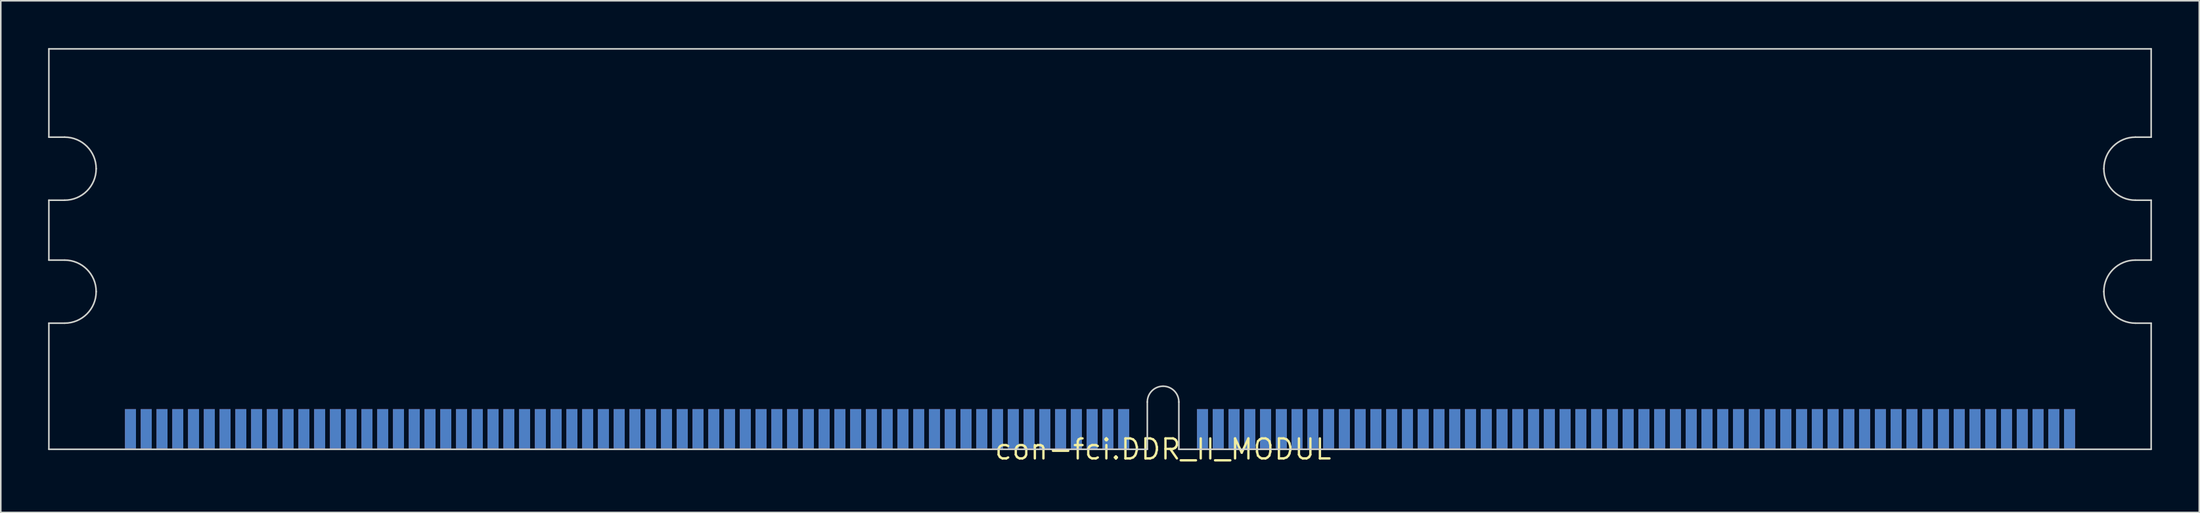
<source format=kicad_pcb>
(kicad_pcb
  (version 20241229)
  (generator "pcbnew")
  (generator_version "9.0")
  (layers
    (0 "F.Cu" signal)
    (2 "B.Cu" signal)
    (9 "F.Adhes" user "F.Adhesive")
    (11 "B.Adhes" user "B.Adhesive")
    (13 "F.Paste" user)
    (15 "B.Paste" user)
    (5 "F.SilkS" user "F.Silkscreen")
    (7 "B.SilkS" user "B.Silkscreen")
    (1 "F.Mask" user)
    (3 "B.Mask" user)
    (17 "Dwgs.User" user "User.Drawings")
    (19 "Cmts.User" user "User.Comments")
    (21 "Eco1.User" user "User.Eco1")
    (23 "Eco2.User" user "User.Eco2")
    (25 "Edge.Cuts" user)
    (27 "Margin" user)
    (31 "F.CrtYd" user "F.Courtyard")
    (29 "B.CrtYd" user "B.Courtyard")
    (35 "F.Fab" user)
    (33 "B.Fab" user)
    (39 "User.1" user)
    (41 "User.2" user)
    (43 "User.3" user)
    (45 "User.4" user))
  (footprint "con-fci.DDR_II_MODUL"
    (layer "F.Cu")
    (at 70.725 25.45)
    (property "Reference" "con-fci.DDR_II_MODUL" (at 0 0 0) (layer "F.SilkS") (effects (font (size 1.27 1.27) (thickness 0.15))))
    (attr smd)
    (fp_line (start -70.675 -25.4) (end -70.675 -19.8) (stroke (width 0.1) (type default)) (layer "Edge.Cuts"))
    (fp_line (start -70.675 -15.8) (end -70.675 -12) (stroke (width 0.1) (type default)) (layer "Edge.Cuts"))
    (fp_line (start -70.675 -15.8) (end -69.675 -15.8) (stroke (width 0.1) (type default)) (layer "Edge.Cuts"))
    (fp_line (start -70.675 -8) (end -70.675 0) (stroke (width 0.1) (type default)) (layer "Edge.Cuts"))
    (fp_line (start -70.675 -8) (end -69.675 -8) (stroke (width 0.1) (type default)) (layer "Edge.Cuts"))
    (fp_line (start -70.675 0) (end -1 0) (stroke (width 0.1) (type default)) (layer "Edge.Cuts"))
    (fp_line (start -69.675 -19.8) (end -70.675 -19.8) (stroke (width 0.1) (type default)) (layer "Edge.Cuts"))
    (fp_line (start -69.675 -12) (end -70.675 -12) (stroke (width 0.1) (type default)) (layer "Edge.Cuts"))
    (fp_line (start -1 0) (end -1 -3) (stroke (width 0.1) (type default)) (layer "Edge.Cuts"))
    (fp_line (start 1 -3) (end 1 0) (stroke (width 0.1) (type default)) (layer "Edge.Cuts"))
    (fp_line (start 1 0) (end 62.675 0) (stroke (width 0.1) (type default)) (layer "Edge.Cuts"))
    (fp_line (start 61.675 -15.8) (end 62.675 -15.8) (stroke (width 0.1) (type default)) (layer "Edge.Cuts"))
    (fp_line (start 61.675 -8) (end 62.675 -8) (stroke (width 0.1) (type default)) (layer "Edge.Cuts"))
    (fp_line (start 62.675 -25.4) (end -70.675 -25.4) (stroke (width 0.1) (type default)) (layer "Edge.Cuts"))
    (fp_line (start 62.675 -19.8) (end 61.675 -19.8) (stroke (width 0.1) (type default)) (layer "Edge.Cuts"))
    (fp_line (start 62.675 -19.8) (end 62.675 -25.4) (stroke (width 0.1) (type default)) (layer "Edge.Cuts"))
    (fp_line (start 62.675 -12) (end 61.675 -12) (stroke (width 0.1) (type default)) (layer "Edge.Cuts"))
    (fp_line (start 62.675 -12) (end 62.675 -15.8) (stroke (width 0.1) (type default)) (layer "Edge.Cuts"))
    (fp_line (start 62.675 0) (end 62.675 -8) (stroke (width 0.1) (type default)) (layer "Edge.Cuts"))
    (fp_arc (start -69.675 -19.8) (mid -68.260786 -19.214214) (end -67.675 -17.8) (stroke (width 0.1) (type default)) (layer "Edge.Cuts"))
    (fp_arc (start -69.675 -12) (mid -68.260786 -11.414214) (end -67.675 -10) (stroke (width 0.1) (type default)) (layer "Edge.Cuts"))
    (fp_arc (start -67.675 -17.8) (mid -68.260786 -16.385786) (end -69.675 -15.8) (stroke (width 0.1) (type default)) (layer "Edge.Cuts"))
    (fp_arc (start -67.675 -10) (mid -68.260786 -8.585786) (end -69.675 -8) (stroke (width 0.1) (type default)) (layer "Edge.Cuts"))
    (fp_arc (start -1 -3) (mid -0.707107 -3.707107) (end 0 -4) (stroke (width 0.1) (type default)) (layer "Edge.Cuts"))
    (fp_arc (start 0 -4) (mid 0.707107 -3.707107) (end 1 -3) (stroke (width 0.1) (type default)) (layer "Edge.Cuts"))
    (fp_arc (start 59.675 -17.8) (mid 60.260786 -19.214214) (end 61.675 -19.8) (stroke (width 0.1) (type default)) (layer "Edge.Cuts"))
    (fp_arc (start 59.675 -10) (mid 60.260786 -11.414214) (end 61.675 -12) (stroke (width 0.1) (type default)) (layer "Edge.Cuts"))
    (fp_arc (start 61.675 -15.8) (mid 60.260786 -16.385786) (end 59.675 -17.8) (stroke (width 0.1) (type default)) (layer "Edge.Cuts"))
    (fp_arc (start 61.675 -8) (mid 60.260786 -8.585786) (end 59.675 -10) (stroke (width 0.1) (type default)) (layer "Edge.Cuts"))
    (pad "1" smd roundrect (at -65.5 -1.3) (size 0.7 2.5) (layers "F.Cu" "F.Mask" "F.Paste") (roundrect_rratio 0.01))
    (pad "2" smd roundrect (at -64.5 -1.3) (size 0.7 2.5) (layers "F.Cu" "F.Mask" "F.Paste") (roundrect_rratio 0.01))
    (pad "3" smd roundrect (at -63.5 -1.3) (size 0.7 2.5) (layers "F.Cu" "F.Mask" "F.Paste") (roundrect_rratio 0.01))
    (pad "4" smd roundrect (at -62.5 -1.3) (size 0.7 2.5) (layers "F.Cu" "F.Mask" "F.Paste") (roundrect_rratio 0.01))
    (pad "5" smd roundrect (at -61.5 -1.3) (size 0.7 2.5) (layers "F.Cu" "F.Mask" "F.Paste") (roundrect_rratio 0.01))
    (pad "6" smd roundrect (at -60.5 -1.3) (size 0.7 2.5) (layers "F.Cu" "F.Mask" "F.Paste") (roundrect_rratio 0.01))
    (pad "7" smd roundrect (at -59.5 -1.3) (size 0.7 2.5) (layers "F.Cu" "F.Mask" "F.Paste") (roundrect_rratio 0.01))
    (pad "8" smd roundrect (at -58.5 -1.3) (size 0.7 2.5) (layers "F.Cu" "F.Mask" "F.Paste") (roundrect_rratio 0.01))
    (pad "9" smd roundrect (at -57.5 -1.3) (size 0.7 2.5) (layers "F.Cu" "F.Mask" "F.Paste") (roundrect_rratio 0.01))
    (pad "10" smd roundrect (at -56.5 -1.3) (size 0.7 2.5) (layers "F.Cu" "F.Mask" "F.Paste") (roundrect_rratio 0.01))
    (pad "11" smd roundrect (at -55.5 -1.3) (size 0.7 2.5) (layers "F.Cu" "F.Mask" "F.Paste") (roundrect_rratio 0.01))
    (pad "12" smd roundrect (at -54.5 -1.3) (size 0.7 2.5) (layers "F.Cu" "F.Mask" "F.Paste") (roundrect_rratio 0.01))
    (pad "13" smd roundrect (at -53.5 -1.3) (size 0.7 2.5) (layers "F.Cu" "F.Mask" "F.Paste") (roundrect_rratio 0.01))
    (pad "14" smd roundrect (at -52.5 -1.3) (size 0.7 2.5) (layers "F.Cu" "F.Mask" "F.Paste") (roundrect_rratio 0.01))
    (pad "15" smd roundrect (at -51.5 -1.3) (size 0.7 2.5) (layers "F.Cu" "F.Mask" "F.Paste") (roundrect_rratio 0.01))
    (pad "16" smd roundrect (at -50.5 -1.3) (size 0.7 2.5) (layers "F.Cu" "F.Mask" "F.Paste") (roundrect_rratio 0.01))
    (pad "17" smd roundrect (at -49.5 -1.3) (size 0.7 2.5) (layers "F.Cu" "F.Mask" "F.Paste") (roundrect_rratio 0.01))
    (pad "18" smd roundrect (at -48.5 -1.3) (size 0.7 2.5) (layers "F.Cu" "F.Mask" "F.Paste") (roundrect_rratio 0.01))
    (pad "19" smd roundrect (at -47.5 -1.3) (size 0.7 2.5) (layers "F.Cu" "F.Mask" "F.Paste") (roundrect_rratio 0.01))
    (pad "20" smd roundrect (at -46.5 -1.3) (size 0.7 2.5) (layers "F.Cu" "F.Mask" "F.Paste") (roundrect_rratio 0.01))
    (pad "21" smd roundrect (at -45.5 -1.3) (size 0.7 2.5) (layers "F.Cu" "F.Mask" "F.Paste") (roundrect_rratio 0.01))
    (pad "22" smd roundrect (at -44.5 -1.3) (size 0.7 2.5) (layers "F.Cu" "F.Mask" "F.Paste") (roundrect_rratio 0.01))
    (pad "23" smd roundrect (at -43.5 -1.3) (size 0.7 2.5) (layers "F.Cu" "F.Mask" "F.Paste") (roundrect_rratio 0.01))
    (pad "24" smd roundrect (at -42.5 -1.3) (size 0.7 2.5) (layers "F.Cu" "F.Mask" "F.Paste") (roundrect_rratio 0.01))
    (pad "25" smd roundrect (at -41.5 -1.3) (size 0.7 2.5) (layers "F.Cu" "F.Mask" "F.Paste") (roundrect_rratio 0.01))
    (pad "26" smd roundrect (at -40.5 -1.3) (size 0.7 2.5) (layers "F.Cu" "F.Mask" "F.Paste") (roundrect_rratio 0.01))
    (pad "27" smd roundrect (at -39.5 -1.3) (size 0.7 2.5) (layers "F.Cu" "F.Mask" "F.Paste") (roundrect_rratio 0.01))
    (pad "28" smd roundrect (at -38.5 -1.3) (size 0.7 2.5) (layers "F.Cu" "F.Mask" "F.Paste") (roundrect_rratio 0.01))
    (pad "29" smd roundrect (at -37.5 -1.3) (size 0.7 2.5) (layers "F.Cu" "F.Mask" "F.Paste") (roundrect_rratio 0.01))
    (pad "30" smd roundrect (at -36.5 -1.3) (size 0.7 2.5) (layers "F.Cu" "F.Mask" "F.Paste") (roundrect_rratio 0.01))
    (pad "31" smd roundrect (at -35.5 -1.3) (size 0.7 2.5) (layers "F.Cu" "F.Mask" "F.Paste") (roundrect_rratio 0.01))
    (pad "32" smd roundrect (at -34.5 -1.3) (size 0.7 2.5) (layers "F.Cu" "F.Mask" "F.Paste") (roundrect_rratio 0.01))
    (pad "33" smd roundrect (at -33.5 -1.3) (size 0.7 2.5) (layers "F.Cu" "F.Mask" "F.Paste") (roundrect_rratio 0.01))
    (pad "34" smd roundrect (at -32.5 -1.3) (size 0.7 2.5) (layers "F.Cu" "F.Mask" "F.Paste") (roundrect_rratio 0.01))
    (pad "35" smd roundrect (at -31.5 -1.3) (size 0.7 2.5) (layers "F.Cu" "F.Mask" "F.Paste") (roundrect_rratio 0.01))
    (pad "36" smd roundrect (at -30.5 -1.3) (size 0.7 2.5) (layers "F.Cu" "F.Mask" "F.Paste") (roundrect_rratio 0.01))
    (pad "37" smd roundrect (at -29.5 -1.3) (size 0.7 2.5) (layers "F.Cu" "F.Mask" "F.Paste") (roundrect_rratio 0.01))
    (pad "38" smd roundrect (at -28.5 -1.3) (size 0.7 2.5) (layers "F.Cu" "F.Mask" "F.Paste") (roundrect_rratio 0.01))
    (pad "39" smd roundrect (at -27.5 -1.3) (size 0.7 2.5) (layers "F.Cu" "F.Mask" "F.Paste") (roundrect_rratio 0.01))
    (pad "40" smd roundrect (at -26.5 -1.3) (size 0.7 2.5) (layers "F.Cu" "F.Mask" "F.Paste") (roundrect_rratio 0.01))
    (pad "41" smd roundrect (at -25.5 -1.3) (size 0.7 2.5) (layers "F.Cu" "F.Mask" "F.Paste") (roundrect_rratio 0.01))
    (pad "42" smd roundrect (at -24.5 -1.3) (size 0.7 2.5) (layers "F.Cu" "F.Mask" "F.Paste") (roundrect_rratio 0.01))
    (pad "43" smd roundrect (at -23.5 -1.3) (size 0.7 2.5) (layers "F.Cu" "F.Mask" "F.Paste") (roundrect_rratio 0.01))
    (pad "44" smd roundrect (at -22.5 -1.3) (size 0.7 2.5) (layers "F.Cu" "F.Mask" "F.Paste") (roundrect_rratio 0.01))
    (pad "45" smd roundrect (at -21.5 -1.3) (size 0.7 2.5) (layers "F.Cu" "F.Mask" "F.Paste") (roundrect_rratio 0.01))
    (pad "46" smd roundrect (at -20.5 -1.3) (size 0.7 2.5) (layers "F.Cu" "F.Mask" "F.Paste") (roundrect_rratio 0.01))
    (pad "47" smd roundrect (at -19.5 -1.3) (size 0.7 2.5) (layers "F.Cu" "F.Mask" "F.Paste") (roundrect_rratio 0.01))
    (pad "48" smd roundrect (at -18.5 -1.3) (size 0.7 2.5) (layers "F.Cu" "F.Mask" "F.Paste") (roundrect_rratio 0.01))
    (pad "49" smd roundrect (at -17.5 -1.3) (size 0.7 2.5) (layers "F.Cu" "F.Mask" "F.Paste") (roundrect_rratio 0.01))
    (pad "50" smd roundrect (at -16.5 -1.3) (size 0.7 2.5) (layers "F.Cu" "F.Mask" "F.Paste") (roundrect_rratio 0.01))
    (pad "51" smd roundrect (at -15.5 -1.3) (size 0.7 2.5) (layers "F.Cu" "F.Mask" "F.Paste") (roundrect_rratio 0.01))
    (pad "52" smd roundrect (at -14.5 -1.3) (size 0.7 2.5) (layers "F.Cu" "F.Mask" "F.Paste") (roundrect_rratio 0.01))
    (pad "53" smd roundrect (at -13.5 -1.3) (size 0.7 2.5) (layers "F.Cu" "F.Mask" "F.Paste") (roundrect_rratio 0.01))
    (pad "54" smd roundrect (at -12.5 -1.3) (size 0.7 2.5) (layers "F.Cu" "F.Mask" "F.Paste") (roundrect_rratio 0.01))
    (pad "55" smd roundrect (at -11.5 -1.3) (size 0.7 2.5) (layers "F.Cu" "F.Mask" "F.Paste") (roundrect_rratio 0.01))
    (pad "56" smd roundrect (at -10.5 -1.3) (size 0.7 2.5) (layers "F.Cu" "F.Mask" "F.Paste") (roundrect_rratio 0.01))
    (pad "57" smd roundrect (at -9.5 -1.3) (size 0.7 2.5) (layers "F.Cu" "F.Mask" "F.Paste") (roundrect_rratio 0.01))
    (pad "58" smd roundrect (at -8.5 -1.3) (size 0.7 2.5) (layers "F.Cu" "F.Mask" "F.Paste") (roundrect_rratio 0.01))
    (pad "59" smd roundrect (at -7.5 -1.3) (size 0.7 2.5) (layers "F.Cu" "F.Mask" "F.Paste") (roundrect_rratio 0.01))
    (pad "60" smd roundrect (at -6.5 -1.3) (size 0.7 2.5) (layers "F.Cu" "F.Mask" "F.Paste") (roundrect_rratio 0.01))
    (pad "61" smd roundrect (at -5.5 -1.3) (size 0.7 2.5) (layers "F.Cu" "F.Mask" "F.Paste") (roundrect_rratio 0.01))
    (pad "62" smd roundrect (at -4.5 -1.3) (size 0.7 2.5) (layers "F.Cu" "F.Mask" "F.Paste") (roundrect_rratio 0.01))
    (pad "63" smd roundrect (at -3.5 -1.3) (size 0.7 2.5) (layers "F.Cu" "F.Mask" "F.Paste") (roundrect_rratio 0.01))
    (pad "64" smd roundrect (at -2.5 -1.3) (size 0.7 2.5) (layers "F.Cu" "F.Mask" "F.Paste") (roundrect_rratio 0.01))
    (pad "65" smd roundrect (at 2.5 -1.3) (size 0.7 2.5) (layers "F.Cu" "F.Mask" "F.Paste") (roundrect_rratio 0.01))
    (pad "66" smd roundrect (at 3.5 -1.3) (size 0.7 2.5) (layers "F.Cu" "F.Mask" "F.Paste") (roundrect_rratio 0.01))
    (pad "67" smd roundrect (at 4.5 -1.3) (size 0.7 2.5) (layers "F.Cu" "F.Mask" "F.Paste") (roundrect_rratio 0.01))
    (pad "68" smd roundrect (at 5.5 -1.3) (size 0.7 2.5) (layers "F.Cu" "F.Mask" "F.Paste") (roundrect_rratio 0.01))
    (pad "69" smd roundrect (at 6.5 -1.3) (size 0.7 2.5) (layers "F.Cu" "F.Mask" "F.Paste") (roundrect_rratio 0.01))
    (pad "70" smd roundrect (at 7.5 -1.3) (size 0.7 2.5) (layers "F.Cu" "F.Mask" "F.Paste") (roundrect_rratio 0.01))
    (pad "71" smd roundrect (at 8.5 -1.3) (size 0.7 2.5) (layers "F.Cu" "F.Mask" "F.Paste") (roundrect_rratio 0.01))
    (pad "72" smd roundrect (at 9.5 -1.3) (size 0.7 2.5) (layers "F.Cu" "F.Mask" "F.Paste") (roundrect_rratio 0.01))
    (pad "73" smd roundrect (at 10.5 -1.3) (size 0.7 2.5) (layers "F.Cu" "F.Mask" "F.Paste") (roundrect_rratio 0.01))
    (pad "74" smd roundrect (at 11.5 -1.3) (size 0.7 2.5) (layers "F.Cu" "F.Mask" "F.Paste") (roundrect_rratio 0.01))
    (pad "75" smd roundrect (at 12.5 -1.3) (size 0.7 2.5) (layers "F.Cu" "F.Mask" "F.Paste") (roundrect_rratio 0.01))
    (pad "76" smd roundrect (at 13.5 -1.3) (size 0.7 2.5) (layers "F.Cu" "F.Mask" "F.Paste") (roundrect_rratio 0.01))
    (pad "77" smd roundrect (at 14.5 -1.3) (size 0.7 2.5) (layers "F.Cu" "F.Mask" "F.Paste") (roundrect_rratio 0.01))
    (pad "78" smd roundrect (at 15.5 -1.3) (size 0.7 2.5) (layers "F.Cu" "F.Mask" "F.Paste") (roundrect_rratio 0.01))
    (pad "79" smd roundrect (at 16.5 -1.3) (size 0.7 2.5) (layers "F.Cu" "F.Mask" "F.Paste") (roundrect_rratio 0.01))
    (pad "80" smd roundrect (at 17.5 -1.3) (size 0.7 2.5) (layers "F.Cu" "F.Mask" "F.Paste") (roundrect_rratio 0.01))
    (pad "81" smd roundrect (at 18.5 -1.3) (size 0.7 2.5) (layers "F.Cu" "F.Mask" "F.Paste") (roundrect_rratio 0.01))
    (pad "82" smd roundrect (at 19.5 -1.3) (size 0.7 2.5) (layers "F.Cu" "F.Mask" "F.Paste") (roundrect_rratio 0.01))
    (pad "83" smd roundrect (at 20.5 -1.3) (size 0.7 2.5) (layers "F.Cu" "F.Mask" "F.Paste") (roundrect_rratio 0.01))
    (pad "84" smd roundrect (at 21.5 -1.3) (size 0.7 2.5) (layers "F.Cu" "F.Mask" "F.Paste") (roundrect_rratio 0.01))
    (pad "85" smd roundrect (at 22.5 -1.3) (size 0.7 2.5) (layers "F.Cu" "F.Mask" "F.Paste") (roundrect_rratio 0.01))
    (pad "86" smd roundrect (at 23.5 -1.3) (size 0.7 2.5) (layers "F.Cu" "F.Mask" "F.Paste") (roundrect_rratio 0.01))
    (pad "87" smd roundrect (at 24.5 -1.3) (size 0.7 2.5) (layers "F.Cu" "F.Mask" "F.Paste") (roundrect_rratio 0.01))
    (pad "88" smd roundrect (at 25.5 -1.3) (size 0.7 2.5) (layers "F.Cu" "F.Mask" "F.Paste") (roundrect_rratio 0.01))
    (pad "89" smd roundrect (at 26.5 -1.3) (size 0.7 2.5) (layers "F.Cu" "F.Mask" "F.Paste") (roundrect_rratio 0.01))
    (pad "90" smd roundrect (at 27.5 -1.3) (size 0.7 2.5) (layers "F.Cu" "F.Mask" "F.Paste") (roundrect_rratio 0.01))
    (pad "91" smd roundrect (at 28.5 -1.3) (size 0.7 2.5) (layers "F.Cu" "F.Mask" "F.Paste") (roundrect_rratio 0.01))
    (pad "92" smd roundrect (at 29.5 -1.3) (size 0.7 2.5) (layers "F.Cu" "F.Mask" "F.Paste") (roundrect_rratio 0.01))
    (pad "93" smd roundrect (at 30.5 -1.3) (size 0.7 2.5) (layers "F.Cu" "F.Mask" "F.Paste") (roundrect_rratio 0.01))
    (pad "94" smd roundrect (at 31.5 -1.3) (size 0.7 2.5) (layers "F.Cu" "F.Mask" "F.Paste") (roundrect_rratio 0.01))
    (pad "95" smd roundrect (at 32.5 -1.3) (size 0.7 2.5) (layers "F.Cu" "F.Mask" "F.Paste") (roundrect_rratio 0.01))
    (pad "96" smd roundrect (at 33.5 -1.3) (size 0.7 2.5) (layers "F.Cu" "F.Mask" "F.Paste") (roundrect_rratio 0.01))
    (pad "97" smd roundrect (at 34.5 -1.3) (size 0.7 2.5) (layers "F.Cu" "F.Mask" "F.Paste") (roundrect_rratio 0.01))
    (pad "98" smd roundrect (at 35.5 -1.3) (size 0.7 2.5) (layers "F.Cu" "F.Mask" "F.Paste") (roundrect_rratio 0.01))
    (pad "99" smd roundrect (at 36.5 -1.3) (size 0.7 2.5) (layers "F.Cu" "F.Mask" "F.Paste") (roundrect_rratio 0.01))
    (pad "100" smd roundrect (at 37.5 -1.3) (size 0.7 2.5) (layers "F.Cu" "F.Mask" "F.Paste") (roundrect_rratio 0.01))
    (pad "101" smd roundrect (at 38.5 -1.3) (size 0.7 2.5) (layers "F.Cu" "F.Mask" "F.Paste") (roundrect_rratio 0.01))
    (pad "102" smd roundrect (at 39.5 -1.3) (size 0.7 2.5) (layers "F.Cu" "F.Mask" "F.Paste") (roundrect_rratio 0.01))
    (pad "103" smd roundrect (at 40.5 -1.3) (size 0.7 2.5) (layers "F.Cu" "F.Mask" "F.Paste") (roundrect_rratio 0.01))
    (pad "104" smd roundrect (at 41.5 -1.3) (size 0.7 2.5) (layers "F.Cu" "F.Mask" "F.Paste") (roundrect_rratio 0.01))
    (pad "105" smd roundrect (at 42.5 -1.3) (size 0.7 2.5) (layers "F.Cu" "F.Mask" "F.Paste") (roundrect_rratio 0.01))
    (pad "106" smd roundrect (at 43.5 -1.3) (size 0.7 2.5) (layers "F.Cu" "F.Mask" "F.Paste") (roundrect_rratio 0.01))
    (pad "107" smd roundrect (at 44.5 -1.3) (size 0.7 2.5) (layers "F.Cu" "F.Mask" "F.Paste") (roundrect_rratio 0.01))
    (pad "108" smd roundrect (at 45.5 -1.3) (size 0.7 2.5) (layers "F.Cu" "F.Mask" "F.Paste") (roundrect_rratio 0.01))
    (pad "109" smd roundrect (at 46.5 -1.3) (size 0.7 2.5) (layers "F.Cu" "F.Mask" "F.Paste") (roundrect_rratio 0.01))
    (pad "110" smd roundrect (at 47.5 -1.3) (size 0.7 2.5) (layers "F.Cu" "F.Mask" "F.Paste") (roundrect_rratio 0.01))
    (pad "111" smd roundrect (at 48.5 -1.3) (size 0.7 2.5) (layers "F.Cu" "F.Mask" "F.Paste") (roundrect_rratio 0.01))
    (pad "112" smd roundrect (at 49.5 -1.3) (size 0.7 2.5) (layers "F.Cu" "F.Mask" "F.Paste") (roundrect_rratio 0.01))
    (pad "113" smd roundrect (at 50.5 -1.3) (size 0.7 2.5) (layers "F.Cu" "F.Mask" "F.Paste") (roundrect_rratio 0.01))
    (pad "114" smd roundrect (at 51.5 -1.3) (size 0.7 2.5) (layers "F.Cu" "F.Mask" "F.Paste") (roundrect_rratio 0.01))
    (pad "115" smd roundrect (at 52.5 -1.3) (size 0.7 2.5) (layers "F.Cu" "F.Mask" "F.Paste") (roundrect_rratio 0.01))
    (pad "116" smd roundrect (at 53.5 -1.3) (size 0.7 2.5) (layers "F.Cu" "F.Mask" "F.Paste") (roundrect_rratio 0.01))
    (pad "117" smd roundrect (at 54.5 -1.3) (size 0.7 2.5) (layers "F.Cu" "F.Mask" "F.Paste") (roundrect_rratio 0.01))
    (pad "118" smd roundrect (at 55.5 -1.3) (size 0.7 2.5) (layers "F.Cu" "F.Mask" "F.Paste") (roundrect_rratio 0.01))
    (pad "119" smd roundrect (at 56.5 -1.3) (size 0.7 2.5) (layers "F.Cu" "F.Mask" "F.Paste") (roundrect_rratio 0.01))
    (pad "120" smd roundrect (at 57.5 -1.3) (size 0.7 2.5) (layers "F.Cu" "F.Mask" "F.Paste") (roundrect_rratio 0.01))
    (pad "121" smd roundrect (at -65.5 -1.3) (size 0.7 2.5) (layers "B.Cu" "B.Mask" "B.Paste") (roundrect_rratio 0.01))
    (pad "122" smd roundrect (at -64.5 -1.3) (size 0.7 2.5) (layers "B.Cu" "B.Mask" "B.Paste") (roundrect_rratio 0.01))
    (pad "123" smd roundrect (at -63.5 -1.3) (size 0.7 2.5) (layers "B.Cu" "B.Mask" "B.Paste") (roundrect_rratio 0.01))
    (pad "124" smd roundrect (at -62.5 -1.3) (size 0.7 2.5) (layers "B.Cu" "B.Mask" "B.Paste") (roundrect_rratio 0.01))
    (pad "125" smd roundrect (at -61.5 -1.3) (size 0.7 2.5) (layers "B.Cu" "B.Mask" "B.Paste") (roundrect_rratio 0.01))
    (pad "126" smd roundrect (at -60.5 -1.3) (size 0.7 2.5) (layers "B.Cu" "B.Mask" "B.Paste") (roundrect_rratio 0.01))
    (pad "127" smd roundrect (at -59.5 -1.3) (size 0.7 2.5) (layers "B.Cu" "B.Mask" "B.Paste") (roundrect_rratio 0.01))
    (pad "128" smd roundrect (at -58.5 -1.3) (size 0.7 2.5) (layers "B.Cu" "B.Mask" "B.Paste") (roundrect_rratio 0.01))
    (pad "129" smd roundrect (at -57.5 -1.3) (size 0.7 2.5) (layers "B.Cu" "B.Mask" "B.Paste") (roundrect_rratio 0.01))
    (pad "130" smd roundrect (at -56.5 -1.3) (size 0.7 2.5) (layers "B.Cu" "B.Mask" "B.Paste") (roundrect_rratio 0.01))
    (pad "131" smd roundrect (at -55.5 -1.3) (size 0.7 2.5) (layers "B.Cu" "B.Mask" "B.Paste") (roundrect_rratio 0.01))
    (pad "132" smd roundrect (at -54.5 -1.3) (size 0.7 2.5) (layers "B.Cu" "B.Mask" "B.Paste") (roundrect_rratio 0.01))
    (pad "133" smd roundrect (at -53.5 -1.3) (size 0.7 2.5) (layers "B.Cu" "B.Mask" "B.Paste") (roundrect_rratio 0.01))
    (pad "134" smd roundrect (at -52.5 -1.3) (size 0.7 2.5) (layers "B.Cu" "B.Mask" "B.Paste") (roundrect_rratio 0.01))
    (pad "135" smd roundrect (at -51.5 -1.3) (size 0.7 2.5) (layers "B.Cu" "B.Mask" "B.Paste") (roundrect_rratio 0.01))
    (pad "136" smd roundrect (at -50.5 -1.3) (size 0.7 2.5) (layers "B.Cu" "B.Mask" "B.Paste") (roundrect_rratio 0.01))
    (pad "137" smd roundrect (at -49.5 -1.3) (size 0.7 2.5) (layers "B.Cu" "B.Mask" "B.Paste") (roundrect_rratio 0.01))
    (pad "138" smd roundrect (at -48.5 -1.3) (size 0.7 2.5) (layers "B.Cu" "B.Mask" "B.Paste") (roundrect_rratio 0.01))
    (pad "139" smd roundrect (at -47.5 -1.3) (size 0.7 2.5) (layers "B.Cu" "B.Mask" "B.Paste") (roundrect_rratio 0.01))
    (pad "140" smd roundrect (at -46.5 -1.3) (size 0.7 2.5) (layers "B.Cu" "B.Mask" "B.Paste") (roundrect_rratio 0.01))
    (pad "141" smd roundrect (at -45.5 -1.3) (size 0.7 2.5) (layers "B.Cu" "B.Mask" "B.Paste") (roundrect_rratio 0.01))
    (pad "142" smd roundrect (at -44.5 -1.3) (size 0.7 2.5) (layers "B.Cu" "B.Mask" "B.Paste") (roundrect_rratio 0.01))
    (pad "143" smd roundrect (at -43.5 -1.3) (size 0.7 2.5) (layers "B.Cu" "B.Mask" "B.Paste") (roundrect_rratio 0.01))
    (pad "144" smd roundrect (at -42.5 -1.3) (size 0.7 2.5) (layers "B.Cu" "B.Mask" "B.Paste") (roundrect_rratio 0.01))
    (pad "145" smd roundrect (at -41.5 -1.3) (size 0.7 2.5) (layers "B.Cu" "B.Mask" "B.Paste") (roundrect_rratio 0.01))
    (pad "146" smd roundrect (at -40.5 -1.3) (size 0.7 2.5) (layers "B.Cu" "B.Mask" "B.Paste") (roundrect_rratio 0.01))
    (pad "147" smd roundrect (at -39.5 -1.3) (size 0.7 2.5) (layers "B.Cu" "B.Mask" "B.Paste") (roundrect_rratio 0.01))
    (pad "148" smd roundrect (at -38.5 -1.3) (size 0.7 2.5) (layers "B.Cu" "B.Mask" "B.Paste") (roundrect_rratio 0.01))
    (pad "149" smd roundrect (at -37.5 -1.3) (size 0.7 2.5) (layers "B.Cu" "B.Mask" "B.Paste") (roundrect_rratio 0.01))
    (pad "150" smd roundrect (at -36.5 -1.3) (size 0.7 2.5) (layers "B.Cu" "B.Mask" "B.Paste") (roundrect_rratio 0.01))
    (pad "151" smd roundrect (at -35.5 -1.3) (size 0.7 2.5) (layers "B.Cu" "B.Mask" "B.Paste") (roundrect_rratio 0.01))
    (pad "152" smd roundrect (at -34.5 -1.3) (size 0.7 2.5) (layers "B.Cu" "B.Mask" "B.Paste") (roundrect_rratio 0.01))
    (pad "153" smd roundrect (at -33.5 -1.3) (size 0.7 2.5) (layers "B.Cu" "B.Mask" "B.Paste") (roundrect_rratio 0.01))
    (pad "154" smd roundrect (at -32.5 -1.3) (size 0.7 2.5) (layers "B.Cu" "B.Mask" "B.Paste") (roundrect_rratio 0.01))
    (pad "155" smd roundrect (at -31.5 -1.3) (size 0.7 2.5) (layers "B.Cu" "B.Mask" "B.Paste") (roundrect_rratio 0.01))
    (pad "156" smd roundrect (at -30.5 -1.3) (size 0.7 2.5) (layers "B.Cu" "B.Mask" "B.Paste") (roundrect_rratio 0.01))
    (pad "157" smd roundrect (at -29.5 -1.3) (size 0.7 2.5) (layers "B.Cu" "B.Mask" "B.Paste") (roundrect_rratio 0.01))
    (pad "158" smd roundrect (at -28.5 -1.3) (size 0.7 2.5) (layers "B.Cu" "B.Mask" "B.Paste") (roundrect_rratio 0.01))
    (pad "159" smd roundrect (at -27.5 -1.3) (size 0.7 2.5) (layers "B.Cu" "B.Mask" "B.Paste") (roundrect_rratio 0.01))
    (pad "160" smd roundrect (at -26.5 -1.3) (size 0.7 2.5) (layers "B.Cu" "B.Mask" "B.Paste") (roundrect_rratio 0.01))
    (pad "161" smd roundrect (at -25.5 -1.3) (size 0.7 2.5) (layers "B.Cu" "B.Mask" "B.Paste") (roundrect_rratio 0.01))
    (pad "162" smd roundrect (at -24.5 -1.3) (size 0.7 2.5) (layers "B.Cu" "B.Mask" "B.Paste") (roundrect_rratio 0.01))
    (pad "163" smd roundrect (at -23.5 -1.3) (size 0.7 2.5) (layers "B.Cu" "B.Mask" "B.Paste") (roundrect_rratio 0.01))
    (pad "164" smd roundrect (at -22.5 -1.3) (size 0.7 2.5) (layers "B.Cu" "B.Mask" "B.Paste") (roundrect_rratio 0.01))
    (pad "165" smd roundrect (at -21.5 -1.3) (size 0.7 2.5) (layers "B.Cu" "B.Mask" "B.Paste") (roundrect_rratio 0.01))
    (pad "166" smd roundrect (at -20.5 -1.3) (size 0.7 2.5) (layers "B.Cu" "B.Mask" "B.Paste") (roundrect_rratio 0.01))
    (pad "167" smd roundrect (at -19.5 -1.3) (size 0.7 2.5) (layers "B.Cu" "B.Mask" "B.Paste") (roundrect_rratio 0.01))
    (pad "168" smd roundrect (at -18.5 -1.3) (size 0.7 2.5) (layers "B.Cu" "B.Mask" "B.Paste") (roundrect_rratio 0.01))
    (pad "169" smd roundrect (at -17.5 -1.3) (size 0.7 2.5) (layers "B.Cu" "B.Mask" "B.Paste") (roundrect_rratio 0.01))
    (pad "170" smd roundrect (at -16.5 -1.3) (size 0.7 2.5) (layers "B.Cu" "B.Mask" "B.Paste") (roundrect_rratio 0.01))
    (pad "171" smd roundrect (at -15.5 -1.3) (size 0.7 2.5) (layers "B.Cu" "B.Mask" "B.Paste") (roundrect_rratio 0.01))
    (pad "172" smd roundrect (at -14.5 -1.3) (size 0.7 2.5) (layers "B.Cu" "B.Mask" "B.Paste") (roundrect_rratio 0.01))
    (pad "173" smd roundrect (at -13.5 -1.3) (size 0.7 2.5) (layers "B.Cu" "B.Mask" "B.Paste") (roundrect_rratio 0.01))
    (pad "174" smd roundrect (at -12.5 -1.3) (size 0.7 2.5) (layers "B.Cu" "B.Mask" "B.Paste") (roundrect_rratio 0.01))
    (pad "175" smd roundrect (at -11.5 -1.3) (size 0.7 2.5) (layers "B.Cu" "B.Mask" "B.Paste") (roundrect_rratio 0.01))
    (pad "176" smd roundrect (at -10.5 -1.3) (size 0.7 2.5) (layers "B.Cu" "B.Mask" "B.Paste") (roundrect_rratio 0.01))
    (pad "177" smd roundrect (at -9.5 -1.3) (size 0.7 2.5) (layers "B.Cu" "B.Mask" "B.Paste") (roundrect_rratio 0.01))
    (pad "178" smd roundrect (at -8.5 -1.3) (size 0.7 2.5) (layers "B.Cu" "B.Mask" "B.Paste") (roundrect_rratio 0.01))
    (pad "179" smd roundrect (at -7.5 -1.3) (size 0.7 2.5) (layers "B.Cu" "B.Mask" "B.Paste") (roundrect_rratio 0.01))
    (pad "180" smd roundrect (at -6.5 -1.3) (size 0.7 2.5) (layers "B.Cu" "B.Mask" "B.Paste") (roundrect_rratio 0.01))
    (pad "181" smd roundrect (at -5.5 -1.3) (size 0.7 2.5) (layers "B.Cu" "B.Mask" "B.Paste") (roundrect_rratio 0.01))
    (pad "182" smd roundrect (at -4.5 -1.3) (size 0.7 2.5) (layers "B.Cu" "B.Mask" "B.Paste") (roundrect_rratio 0.01))
    (pad "183" smd roundrect (at -3.5 -1.3) (size 0.7 2.5) (layers "B.Cu" "B.Mask" "B.Paste") (roundrect_rratio 0.01))
    (pad "184" smd roundrect (at -2.5 -1.3) (size 0.7 2.5) (layers "B.Cu" "B.Mask" "B.Paste") (roundrect_rratio 0.01))
    (pad "185" smd roundrect (at 2.5 -1.3) (size 0.7 2.5) (layers "B.Cu" "B.Mask" "B.Paste") (roundrect_rratio 0.01))
    (pad "186" smd roundrect (at 3.5 -1.3) (size 0.7 2.5) (layers "B.Cu" "B.Mask" "B.Paste") (roundrect_rratio 0.01))
    (pad "187" smd roundrect (at 4.5 -1.3) (size 0.7 2.5) (layers "B.Cu" "B.Mask" "B.Paste") (roundrect_rratio 0.01))
    (pad "188" smd roundrect (at 5.5 -1.3) (size 0.7 2.5) (layers "B.Cu" "B.Mask" "B.Paste") (roundrect_rratio 0.01))
    (pad "189" smd roundrect (at 6.5 -1.3) (size 0.7 2.5) (layers "B.Cu" "B.Mask" "B.Paste") (roundrect_rratio 0.01))
    (pad "190" smd roundrect (at 7.5 -1.3) (size 0.7 2.5) (layers "B.Cu" "B.Mask" "B.Paste") (roundrect_rratio 0.01))
    (pad "191" smd roundrect (at 8.5 -1.3) (size 0.7 2.5) (layers "B.Cu" "B.Mask" "B.Paste") (roundrect_rratio 0.01))
    (pad "192" smd roundrect (at 9.5 -1.3) (size 0.7 2.5) (layers "B.Cu" "B.Mask" "B.Paste") (roundrect_rratio 0.01))
    (pad "193" smd roundrect (at 10.5 -1.3) (size 0.7 2.5) (layers "B.Cu" "B.Mask" "B.Paste") (roundrect_rratio 0.01))
    (pad "194" smd roundrect (at 11.5 -1.3) (size 0.7 2.5) (layers "B.Cu" "B.Mask" "B.Paste") (roundrect_rratio 0.01))
    (pad "195" smd roundrect (at 12.5 -1.3) (size 0.7 2.5) (layers "B.Cu" "B.Mask" "B.Paste") (roundrect_rratio 0.01))
    (pad "196" smd roundrect (at 13.5 -1.3) (size 0.7 2.5) (layers "B.Cu" "B.Mask" "B.Paste") (roundrect_rratio 0.01))
    (pad "197" smd roundrect (at 14.5 -1.3) (size 0.7 2.5) (layers "B.Cu" "B.Mask" "B.Paste") (roundrect_rratio 0.01))
    (pad "198" smd roundrect (at 15.5 -1.3) (size 0.7 2.5) (layers "B.Cu" "B.Mask" "B.Paste") (roundrect_rratio 0.01))
    (pad "199" smd roundrect (at 16.5 -1.3) (size 0.7 2.5) (layers "B.Cu" "B.Mask" "B.Paste") (roundrect_rratio 0.01))
    (pad "200" smd roundrect (at 17.5 -1.3) (size 0.7 2.5) (layers "B.Cu" "B.Mask" "B.Paste") (roundrect_rratio 0.01))
    (pad "201" smd roundrect (at 18.5 -1.3) (size 0.7 2.5) (layers "B.Cu" "B.Mask" "B.Paste") (roundrect_rratio 0.01))
    (pad "202" smd roundrect (at 19.5 -1.3) (size 0.7 2.5) (layers "B.Cu" "B.Mask" "B.Paste") (roundrect_rratio 0.01))
    (pad "203" smd roundrect (at 20.5 -1.3) (size 0.7 2.5) (layers "B.Cu" "B.Mask" "B.Paste") (roundrect_rratio 0.01))
    (pad "204" smd roundrect (at 21.5 -1.3) (size 0.7 2.5) (layers "B.Cu" "B.Mask" "B.Paste") (roundrect_rratio 0.01))
    (pad "205" smd roundrect (at 22.5 -1.3) (size 0.7 2.5) (layers "B.Cu" "B.Mask" "B.Paste") (roundrect_rratio 0.01))
    (pad "206" smd roundrect (at 23.5 -1.3) (size 0.7 2.5) (layers "B.Cu" "B.Mask" "B.Paste") (roundrect_rratio 0.01))
    (pad "207" smd roundrect (at 24.5 -1.3) (size 0.7 2.5) (layers "B.Cu" "B.Mask" "B.Paste") (roundrect_rratio 0.01))
    (pad "208" smd roundrect (at 25.5 -1.3) (size 0.7 2.5) (layers "B.Cu" "B.Mask" "B.Paste") (roundrect_rratio 0.01))
    (pad "209" smd roundrect (at 26.5 -1.3) (size 0.7 2.5) (layers "B.Cu" "B.Mask" "B.Paste") (roundrect_rratio 0.01))
    (pad "210" smd roundrect (at 27.5 -1.3) (size 0.7 2.5) (layers "B.Cu" "B.Mask" "B.Paste") (roundrect_rratio 0.01))
    (pad "211" smd roundrect (at 28.5 -1.3) (size 0.7 2.5) (layers "B.Cu" "B.Mask" "B.Paste") (roundrect_rratio 0.01))
    (pad "212" smd roundrect (at 29.5 -1.3) (size 0.7 2.5) (layers "B.Cu" "B.Mask" "B.Paste") (roundrect_rratio 0.01))
    (pad "213" smd roundrect (at 30.5 -1.3) (size 0.7 2.5) (layers "B.Cu" "B.Mask" "B.Paste") (roundrect_rratio 0.01))
    (pad "214" smd roundrect (at 31.5 -1.3) (size 0.7 2.5) (layers "B.Cu" "B.Mask" "B.Paste") (roundrect_rratio 0.01))
    (pad "215" smd roundrect (at 32.5 -1.3) (size 0.7 2.5) (layers "B.Cu" "B.Mask" "B.Paste") (roundrect_rratio 0.01))
    (pad "216" smd roundrect (at 33.5 -1.3) (size 0.7 2.5) (layers "B.Cu" "B.Mask" "B.Paste") (roundrect_rratio 0.01))
    (pad "217" smd roundrect (at 34.5 -1.3) (size 0.7 2.5) (layers "B.Cu" "B.Mask" "B.Paste") (roundrect_rratio 0.01))
    (pad "218" smd roundrect (at 35.5 -1.3) (size 0.7 2.5) (layers "B.Cu" "B.Mask" "B.Paste") (roundrect_rratio 0.01))
    (pad "219" smd roundrect (at 36.5 -1.3) (size 0.7 2.5) (layers "B.Cu" "B.Mask" "B.Paste") (roundrect_rratio 0.01))
    (pad "220" smd roundrect (at 37.5 -1.3) (size 0.7 2.5) (layers "B.Cu" "B.Mask" "B.Paste") (roundrect_rratio 0.01))
    (pad "221" smd roundrect (at 38.5 -1.3) (size 0.7 2.5) (layers "B.Cu" "B.Mask" "B.Paste") (roundrect_rratio 0.01))
    (pad "222" smd roundrect (at 39.5 -1.3) (size 0.7 2.5) (layers "B.Cu" "B.Mask" "B.Paste") (roundrect_rratio 0.01))
    (pad "223" smd roundrect (at 40.5 -1.3) (size 0.7 2.5) (layers "B.Cu" "B.Mask" "B.Paste") (roundrect_rratio 0.01))
    (pad "224" smd roundrect (at 41.5 -1.3) (size 0.7 2.5) (layers "B.Cu" "B.Mask" "B.Paste") (roundrect_rratio 0.01))
    (pad "225" smd roundrect (at 42.5 -1.3) (size 0.7 2.5) (layers "B.Cu" "B.Mask" "B.Paste") (roundrect_rratio 0.01))
    (pad "226" smd roundrect (at 43.5 -1.3) (size 0.7 2.5) (layers "B.Cu" "B.Mask" "B.Paste") (roundrect_rratio 0.01))
    (pad "227" smd roundrect (at 44.5 -1.3) (size 0.7 2.5) (layers "B.Cu" "B.Mask" "B.Paste") (roundrect_rratio 0.01))
    (pad "228" smd roundrect (at 45.5 -1.3) (size 0.7 2.5) (layers "B.Cu" "B.Mask" "B.Paste") (roundrect_rratio 0.01))
    (pad "229" smd roundrect (at 46.5 -1.3) (size 0.7 2.5) (layers "B.Cu" "B.Mask" "B.Paste") (roundrect_rratio 0.01))
    (pad "230" smd roundrect (at 47.5 -1.3) (size 0.7 2.5) (layers "B.Cu" "B.Mask" "B.Paste") (roundrect_rratio 0.01))
    (pad "231" smd roundrect (at 48.5 -1.3) (size 0.7 2.5) (layers "B.Cu" "B.Mask" "B.Paste") (roundrect_rratio 0.01))
    (pad "232" smd roundrect (at 49.5 -1.3) (size 0.7 2.5) (layers "B.Cu" "B.Mask" "B.Paste") (roundrect_rratio 0.01))
    (pad "233" smd roundrect (at 50.5 -1.3) (size 0.7 2.5) (layers "B.Cu" "B.Mask" "B.Paste") (roundrect_rratio 0.01))
    (pad "234" smd roundrect (at 51.5 -1.3) (size 0.7 2.5) (layers "B.Cu" "B.Mask" "B.Paste") (roundrect_rratio 0.01))
    (pad "235" smd roundrect (at 52.5 -1.3) (size 0.7 2.5) (layers "B.Cu" "B.Mask" "B.Paste") (roundrect_rratio 0.01))
    (pad "236" smd roundrect (at 53.5 -1.3) (size 0.7 2.5) (layers "B.Cu" "B.Mask" "B.Paste") (roundrect_rratio 0.01))
    (pad "237" smd roundrect (at 54.5 -1.3) (size 0.7 2.5) (layers "B.Cu" "B.Mask" "B.Paste") (roundrect_rratio 0.01))
    (pad "238" smd roundrect (at 55.5 -1.3) (size 0.7 2.5) (layers "B.Cu" "B.Mask" "B.Paste") (roundrect_rratio 0.01))
    (pad "239" smd roundrect (at 56.5 -1.3) (size 0.7 2.5) (layers "B.Cu" "B.Mask" "B.Paste") (roundrect_rratio 0.01))
    (pad "240" smd roundrect (at 57.5 -1.3) (size 0.7 2.5) (layers "B.Cu" "B.Mask" "B.Paste") (roundrect_rratio 0.01)))
  (gr_rect
    (start -3 -3)
    (end 136.45 29.456)
    (stroke (width 0.1) (type default))
    (fill no)
    (layer "Edge.Cuts")))
</source>
